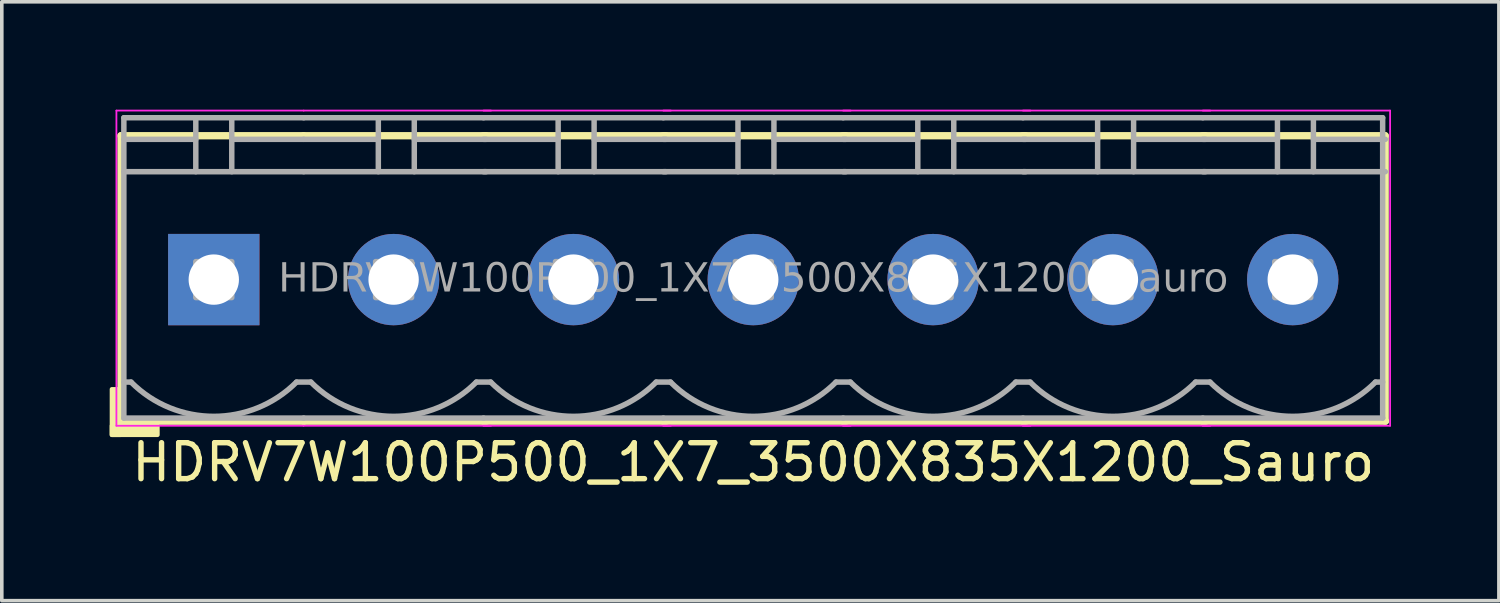
<source format=kicad_pcb>
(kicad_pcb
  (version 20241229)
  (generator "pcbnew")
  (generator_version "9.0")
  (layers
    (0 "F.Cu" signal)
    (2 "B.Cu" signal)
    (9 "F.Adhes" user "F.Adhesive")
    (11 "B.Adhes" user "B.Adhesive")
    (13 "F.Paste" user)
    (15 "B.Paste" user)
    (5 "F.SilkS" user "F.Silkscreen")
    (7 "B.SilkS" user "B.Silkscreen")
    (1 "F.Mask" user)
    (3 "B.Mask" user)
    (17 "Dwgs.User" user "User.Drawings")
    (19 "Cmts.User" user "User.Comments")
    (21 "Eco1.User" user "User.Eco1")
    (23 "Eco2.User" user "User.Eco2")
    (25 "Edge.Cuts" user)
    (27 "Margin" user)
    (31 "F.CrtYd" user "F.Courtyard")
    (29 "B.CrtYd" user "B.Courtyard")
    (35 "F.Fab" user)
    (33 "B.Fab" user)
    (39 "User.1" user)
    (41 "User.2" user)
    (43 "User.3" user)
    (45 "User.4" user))
  (footprint "HDRV7W100P500_1X7_3500X835X1200_Sauro"
    (layer "F.Cu")
    (at 17.894 4.724)
    (property "Reference" "HDRV7W100P500_1X7_3500X835X1200_Sauro" (at 0 5.08 0) (layer "F.SilkS") (effects (font (size 1 1) (thickness 0.15))))
    (attr through_hole)
    (fp_line (start -17.58 -4) (end -17.58 3.937) (stroke (width 0.203) (type solid)) (layer "F.SilkS"))
    (fp_line (start -17.58 3.937) (end -12.5 3.937) (stroke (width 0.203) (type solid)) (layer "F.SilkS"))
    (fp_line (start -12.505 -4) (end -17.58 -4) (stroke (width 0.203) (type solid)) (layer "F.SilkS"))
    (fp_line (start -12.5 3.937) (end -7.42 3.937) (stroke (width 0.203) (type solid)) (layer "F.SilkS"))
    (fp_line (start -7.5 3.937) (end -2.42 3.937) (stroke (width 0.203) (type solid)) (layer "F.SilkS"))
    (fp_line (start -7.43 -4) (end -12.505 -4) (stroke (width 0.203) (type solid)) (layer "F.SilkS"))
    (fp_line (start -2.5 3.937) (end 2.58 3.937) (stroke (width 0.203) (type solid)) (layer "F.SilkS"))
    (fp_line (start -2.43 -4) (end -7.505 -4) (stroke (width 0.203) (type solid)) (layer "F.SilkS"))
    (fp_line (start 2.5 3.937) (end 7.58 3.937) (stroke (width 0.203) (type solid)) (layer "F.SilkS"))
    (fp_line (start 2.57 -4) (end -2.505 -4) (stroke (width 0.203) (type solid)) (layer "F.SilkS"))
    (fp_line (start 7.5 3.937) (end 12.58 3.937) (stroke (width 0.203) (type solid)) (layer "F.SilkS"))
    (fp_line (start 7.57 -4) (end 2.495 -4) (stroke (width 0.203) (type solid)) (layer "F.SilkS"))
    (fp_line (start 12.5 3.937) (end 17.58 3.937) (stroke (width 0.203) (type solid)) (layer "F.SilkS"))
    (fp_line (start 12.57 -4) (end 7.495 -4) (stroke (width 0.203) (type solid)) (layer "F.SilkS"))
    (fp_line (start 17.57 -4) (end 12.495 -4) (stroke (width 0.203) (type solid)) (layer "F.SilkS"))
    (fp_line (start 17.57 -4) (end 17.57 3.937) (stroke (width 0.203) (type solid)) (layer "F.SilkS"))
    (fp_rect (start -17.58 3.048) (end -17.834 4.318) (stroke (width 0.12) (type solid)) (fill yes) (layer "F.SilkS"))
    (fp_rect (start -16.564 4.318) (end -17.834 4.064) (stroke (width 0.12) (type solid)) (fill yes) (layer "F.SilkS"))
    (fp_line (start -17.707 4.064) (end -17.707 -4.699) (stroke (width 0.05) (type solid)) (layer "F.CrtYd"))
    (fp_line (start -12.505 4.064) (end -17.707 4.064) (stroke (width 0.05) (type solid)) (layer "F.CrtYd"))
    (fp_line (start -12.5 -4.699) (end -17.707 -4.699) (stroke (width 0.05) (type solid)) (layer "F.CrtYd"))
    (fp_line (start -7.293 -4.699) (end -12.5 -4.699) (stroke (width 0.05) (type solid)) (layer "F.CrtYd"))
    (fp_line (start -7.293 4.064) (end -12.505 4.064) (stroke (width 0.05) (type solid)) (layer "F.CrtYd"))
    (fp_line (start -2.293 -4.699) (end -7.5 -4.699) (stroke (width 0.05) (type solid)) (layer "F.CrtYd"))
    (fp_line (start -2.293 4.064) (end -7.505 4.064) (stroke (width 0.05) (type solid)) (layer "F.CrtYd"))
    (fp_line (start 2.707 -4.699) (end -2.5 -4.699) (stroke (width 0.05) (type solid)) (layer "F.CrtYd"))
    (fp_line (start 2.707 4.064) (end -2.505 4.064) (stroke (width 0.05) (type solid)) (layer "F.CrtYd"))
    (fp_line (start 7.707 -4.699) (end 2.5 -4.699) (stroke (width 0.05) (type solid)) (layer "F.CrtYd"))
    (fp_line (start 7.707 4.064) (end 2.495 4.064) (stroke (width 0.05) (type solid)) (layer "F.CrtYd"))
    (fp_line (start 12.707 -4.699) (end 7.5 -4.699) (stroke (width 0.05) (type solid)) (layer "F.CrtYd"))
    (fp_line (start 12.707 4.064) (end 7.495 4.064) (stroke (width 0.05) (type solid)) (layer "F.CrtYd"))
    (fp_line (start 17.707 -4.699) (end 12.5 -4.699) (stroke (width 0.05) (type solid)) (layer "F.CrtYd"))
    (fp_line (start 17.707 -4.699) (end 17.707 4.064) (stroke (width 0.05) (type solid)) (layer "F.CrtYd"))
    (fp_line (start 17.707 4.064) (end 12.495 4.064) (stroke (width 0.05) (type solid)) (layer "F.CrtYd"))
    (fp_line (start -17.5 -4.5) (end -17.5 3.85) (stroke (width 0.152) (type solid)) (layer "F.Fab"))
    (fp_line (start -17.3 2.85) (end -17.5 2.85) (stroke (width 0.152) (type solid)) (layer "F.Fab"))
    (fp_line (start -15.5 -4.5) (end -15.5 -3) (stroke (width 0.152) (type default)) (layer "F.Fab"))
    (fp_line (start -15.5 -3.9) (end -17.5 -3.9) (stroke (width 0.152) (type solid)) (layer "F.Fab"))
    (fp_line (start -14.5 -4.5) (end -14.5 -3) (stroke (width 0.152) (type default)) (layer "F.Fab"))
    (fp_line (start -14.5 -3.9) (end -12.5 -3.9) (stroke (width 0.152) (type solid)) (layer "F.Fab"))
    (fp_line (start -12.7 2.85) (end -12.3 2.85) (stroke (width 0.152) (type solid)) (layer "F.Fab"))
    (fp_line (start -12.5 -4.5) (end -17.5 -4.5) (stroke (width 0.152) (type solid)) (layer "F.Fab"))
    (fp_line (start -12.5 -3) (end -17.5 -3) (stroke (width 0.152) (type solid)) (layer "F.Fab"))
    (fp_line (start -12.5 3.85) (end -17.5 3.85) (stroke (width 0.152) (type solid)) (layer "F.Fab"))
    (fp_line (start -12.5 3.85) (end -7.5 3.85) (stroke (width 0.152) (type solid)) (layer "F.Fab"))
    (fp_line (start -10.425 -4.5) (end -10.425 -3) (stroke (width 0.152) (type default)) (layer "F.Fab"))
    (fp_line (start -10.425 -3.9) (end -12.5 -3.9) (stroke (width 0.152) (type solid)) (layer "F.Fab"))
    (fp_line (start -9.425 -4.5) (end -9.425 -3) (stroke (width 0.152) (type default)) (layer "F.Fab"))
    (fp_line (start -9.425 -3.9) (end -7.425 -3.9) (stroke (width 0.152) (type solid)) (layer "F.Fab"))
    (fp_line (start -7.7 2.85) (end -7.3 2.85) (stroke (width 0.152) (type solid)) (layer "F.Fab"))
    (fp_line (start -7.5 -4.5) (end -12.5 -4.5) (stroke (width 0.152) (type solid)) (layer "F.Fab"))
    (fp_line (start -7.5 3.85) (end -2.5 3.85) (stroke (width 0.152) (type solid)) (layer "F.Fab"))
    (fp_line (start -7.425 -3) (end -12.5 -3) (stroke (width 0.152) (type solid)) (layer "F.Fab"))
    (fp_line (start -5.425 -4.5) (end -5.425 -3) (stroke (width 0.152) (type default)) (layer "F.Fab"))
    (fp_line (start -5.425 -3.9) (end -7.5 -3.9) (stroke (width 0.152) (type solid)) (layer "F.Fab"))
    (fp_line (start -4.425 -4.5) (end -4.425 -3) (stroke (width 0.152) (type default)) (layer "F.Fab"))
    (fp_line (start -4.425 -3.9) (end -2.425 -3.9) (stroke (width 0.152) (type solid)) (layer "F.Fab"))
    (fp_line (start -2.7 2.85) (end -2.3 2.85) (stroke (width 0.152) (type solid)) (layer "F.Fab"))
    (fp_line (start -2.5 -4.5) (end -7.5 -4.5) (stroke (width 0.152) (type solid)) (layer "F.Fab"))
    (fp_line (start -2.5 3.85) (end 2.5 3.85) (stroke (width 0.152) (type solid)) (layer "F.Fab"))
    (fp_line (start -2.425 -3) (end -7.5 -3) (stroke (width 0.152) (type solid)) (layer "F.Fab"))
    (fp_line (start -0.425 -4.5) (end -0.425 -3) (stroke (width 0.152) (type default)) (layer "F.Fab"))
    (fp_line (start -0.425 -3.9) (end -2.5 -3.9) (stroke (width 0.152) (type solid)) (layer "F.Fab"))
    (fp_line (start 0.575 -4.5) (end 0.575 -3) (stroke (width 0.152) (type default)) (layer "F.Fab"))
    (fp_line (start 0.575 -3.9) (end 2.575 -3.9) (stroke (width 0.152) (type solid)) (layer "F.Fab"))
    (fp_line (start 2.3 2.85) (end 2.7 2.85) (stroke (width 0.152) (type solid)) (layer "F.Fab"))
    (fp_line (start 2.5 -4.5) (end -2.5 -4.5) (stroke (width 0.152) (type solid)) (layer "F.Fab"))
    (fp_line (start 2.5 3.85) (end 7.5 3.85) (stroke (width 0.152) (type solid)) (layer "F.Fab"))
    (fp_line (start 2.575 -3) (end -2.5 -3) (stroke (width 0.152) (type solid)) (layer "F.Fab"))
    (fp_line (start 4.575 -4.5) (end 4.575 -3) (stroke (width 0.152) (type default)) (layer "F.Fab"))
    (fp_line (start 4.575 -3.9) (end 2.5 -3.9) (stroke (width 0.152) (type solid)) (layer "F.Fab"))
    (fp_line (start 5.575 -4.5) (end 5.575 -3) (stroke (width 0.152) (type default)) (layer "F.Fab"))
    (fp_line (start 5.575 -3.9) (end 7.575 -3.9) (stroke (width 0.152) (type solid)) (layer "F.Fab"))
    (fp_line (start 7.3 2.85) (end 7.7 2.85) (stroke (width 0.152) (type solid)) (layer "F.Fab"))
    (fp_line (start 7.5 -4.5) (end 2.5 -4.5) (stroke (width 0.152) (type solid)) (layer "F.Fab"))
    (fp_line (start 7.5 3.85) (end 12.5 3.85) (stroke (width 0.152) (type solid)) (layer "F.Fab"))
    (fp_line (start 7.575 -3) (end 2.5 -3) (stroke (width 0.152) (type solid)) (layer "F.Fab"))
    (fp_line (start 9.575 -4.5) (end 9.575 -3) (stroke (width 0.152) (type default)) (layer "F.Fab"))
    (fp_line (start 9.575 -3.9) (end 7.5 -3.9) (stroke (width 0.152) (type solid)) (layer "F.Fab"))
    (fp_line (start 10.575 -4.5) (end 10.575 -3) (stroke (width 0.152) (type default)) (layer "F.Fab"))
    (fp_line (start 10.575 -3.9) (end 12.575 -3.9) (stroke (width 0.152) (type solid)) (layer "F.Fab"))
    (fp_line (start 12.3 2.85) (end 12.7 2.85) (stroke (width 0.152) (type solid)) (layer "F.Fab"))
    (fp_line (start 12.5 -4.5) (end 7.5 -4.5) (stroke (width 0.152) (type solid)) (layer "F.Fab"))
    (fp_line (start 12.5 3.85) (end 17.5 3.85) (stroke (width 0.152) (type solid)) (layer "F.Fab"))
    (fp_line (start 12.575 -3) (end 7.5 -3) (stroke (width 0.152) (type solid)) (layer "F.Fab"))
    (fp_line (start 14.575 -4.5) (end 14.575 -3) (stroke (width 0.152) (type default)) (layer "F.Fab"))
    (fp_line (start 14.575 -3.9) (end 12.5 -3.9) (stroke (width 0.152) (type solid)) (layer "F.Fab"))
    (fp_line (start 15.575 -4.5) (end 15.575 -3) (stroke (width 0.152) (type default)) (layer "F.Fab"))
    (fp_line (start 15.575 -3.9) (end 17.575 -3.9) (stroke (width 0.152) (type solid)) (layer "F.Fab"))
    (fp_line (start 17.5 -4.5) (end 12.5 -4.5) (stroke (width 0.152) (type solid)) (layer "F.Fab"))
    (fp_line (start 17.5 -4.5) (end 17.5 3.85) (stroke (width 0.152) (type solid)) (layer "F.Fab"))
    (fp_line (start 17.5 2.85) (end 17.3 2.85) (stroke (width 0.152) (type solid)) (layer "F.Fab"))
    (fp_line (start 17.575 -3) (end 12.5 -3) (stroke (width 0.152) (type solid)) (layer "F.Fab"))
    (fp_rect (start -15.5 -0.5) (end -14.5 0.5) (stroke (width 0.152) (type solid)) (fill no) (layer "F.Fab"))
    (fp_rect (start -10.5 -0.5) (end -9.5 0.5) (stroke (width 0.152) (type solid)) (fill no) (layer "F.Fab"))
    (fp_rect (start -5.5 -0.5) (end -4.5 0.5) (stroke (width 0.152) (type solid)) (fill no) (layer "F.Fab"))
    (fp_rect (start -0.5 -0.5) (end 0.5 0.5) (stroke (width 0.152) (type solid)) (fill no) (layer "F.Fab"))
    (fp_rect (start 4.5 -0.5) (end 5.5 0.5) (stroke (width 0.152) (type solid)) (fill no) (layer "F.Fab"))
    (fp_rect (start 9.5 -0.5) (end 10.5 0.5) (stroke (width 0.152) (type solid)) (fill no) (layer "F.Fab"))
    (fp_rect (start 14.5 -0.5) (end 15.5 0.5) (stroke (width 0.152) (type solid)) (fill no) (layer "F.Fab"))
    (fp_arc (start -12.7 2.85) (mid -15 3.802691) (end -17.3 2.85) (stroke (width 0.1524) (type default)) (layer "F.Fab"))
    (fp_arc (start -7.7 2.85) (mid -10 3.802691) (end -12.3 2.85) (stroke (width 0.1524) (type default)) (layer "F.Fab"))
    (fp_arc (start -2.7 2.85) (mid -5 3.802691) (end -7.3 2.85) (stroke (width 0.1524) (type default)) (layer "F.Fab"))
    (fp_arc (start 2.3 2.85) (mid 0 3.802691) (end -2.3 2.85) (stroke (width 0.1524) (type default)) (layer "F.Fab"))
    (fp_arc (start 7.3 2.85) (mid 5 3.802691) (end 2.7 2.85) (stroke (width 0.1524) (type default)) (layer "F.Fab"))
    (fp_arc (start 12.3 2.85) (mid 10 3.802691) (end 7.7 2.85) (stroke (width 0.1524) (type default)) (layer "F.Fab"))
    (fp_arc (start 17.3 2.85) (mid 15 3.802691) (end 12.7 2.85) (stroke (width 0.1524) (type default)) (layer "F.Fab"))
    (fp_text user "${REFERENCE}" (at 0 0 0) (layer "F.Fab") (effects (font (face "Tahoma") (size 0.8 0.8) (thickness 0.15))))
    (pad "1" thru_hole rect (at -15 0) (size 2.54 2.54) (drill 1.4) (layers "*.Cu" "*.Mask"))
    (pad "2" thru_hole circle (at -10 0) (size 2.54 2.54) (drill 1.4) (layers "*.Cu" "*.Mask"))
    (pad "3" thru_hole circle (at -5 0) (size 2.54 2.54) (drill 1.4) (layers "*.Cu" "*.Mask"))
    (pad "4" thru_hole circle (at 0 0) (size 2.54 2.54) (drill 1.4) (layers "*.Cu" "*.Mask"))
    (pad "5" thru_hole circle (at 5 0) (size 2.54 2.54) (drill 1.4) (layers "*.Cu" "*.Mask"))
    (pad "6" thru_hole circle (at 10 0) (size 2.54 2.54) (drill 1.4) (layers "*.Cu" "*.Mask"))
    (pad "7" thru_hole circle (at 15 0) (size 2.54 2.54) (drill 1.4) (layers "*.Cu" "*.Mask")))
  (gr_rect
    (start -3 -3)
    (end 38.626 13.652)
    (stroke (width 0.1) (type default))
    (fill no)
    (layer "Edge.Cuts")))
</source>
